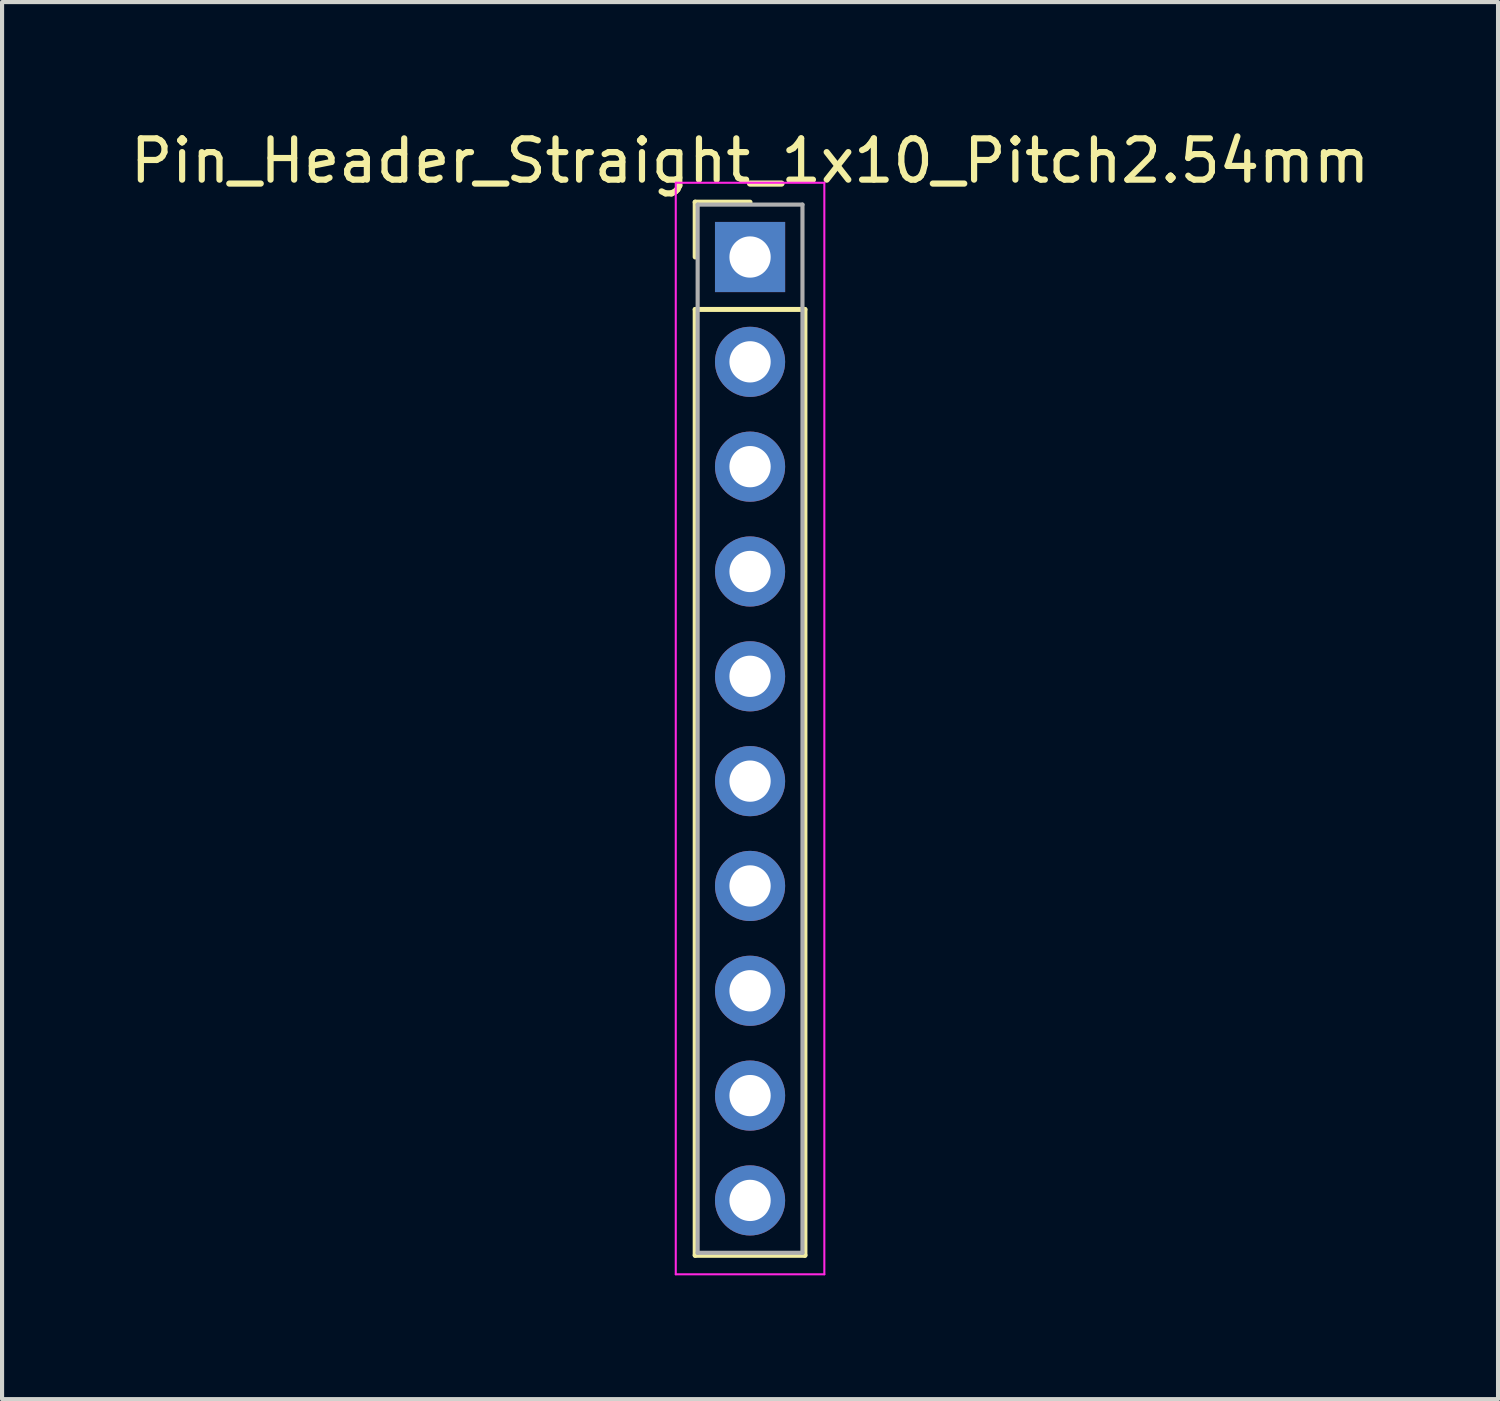
<source format=kicad_pcb>
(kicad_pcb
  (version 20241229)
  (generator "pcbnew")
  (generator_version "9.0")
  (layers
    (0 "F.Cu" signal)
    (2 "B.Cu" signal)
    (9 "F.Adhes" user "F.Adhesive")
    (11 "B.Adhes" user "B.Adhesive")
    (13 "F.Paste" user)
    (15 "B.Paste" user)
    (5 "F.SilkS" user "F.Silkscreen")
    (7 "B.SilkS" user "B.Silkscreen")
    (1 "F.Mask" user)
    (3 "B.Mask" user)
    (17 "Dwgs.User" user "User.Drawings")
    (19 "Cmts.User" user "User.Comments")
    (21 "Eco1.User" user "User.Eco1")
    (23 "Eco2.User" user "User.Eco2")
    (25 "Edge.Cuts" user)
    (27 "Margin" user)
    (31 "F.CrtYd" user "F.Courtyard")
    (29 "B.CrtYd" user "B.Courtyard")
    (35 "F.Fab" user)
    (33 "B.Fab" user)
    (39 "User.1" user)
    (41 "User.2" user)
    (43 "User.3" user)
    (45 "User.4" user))
  (footprint "Pin_Header_Straight_1x10_Pitch2.54mm"
    (layer "F.Cu")
    (at 15.125 3.178)
    (property "Reference" "Pin_Header_Straight_1x10_Pitch2.54mm" (at 0 -2.33 0) (layer "F.SilkS") (effects (font (size 1 1) (thickness 0.15))))
    (attr through_hole)
    (fp_line (start -1.33 -1.33) (end 0 -1.33) (stroke (width 0.12) (type solid)) (layer "F.SilkS"))
    (fp_line (start -1.33 0) (end -1.33 -1.33) (stroke (width 0.12) (type solid)) (layer "F.SilkS"))
    (fp_line (start -1.33 1.27) (end -1.33 24.19) (stroke (width 0.12) (type solid)) (layer "F.SilkS"))
    (fp_line (start -1.33 24.19) (end 1.33 24.19) (stroke (width 0.12) (type solid)) (layer "F.SilkS"))
    (fp_line (start 1.33 1.27) (end -1.33 1.27) (stroke (width 0.12) (type solid)) (layer "F.SilkS"))
    (fp_line (start 1.33 24.19) (end 1.33 1.27) (stroke (width 0.12) (type solid)) (layer "F.SilkS"))
    (fp_line (start -1.8 -1.8) (end -1.8 24.65) (stroke (width 0.05) (type solid)) (layer "F.CrtYd"))
    (fp_line (start -1.8 24.65) (end 1.8 24.65) (stroke (width 0.05) (type solid)) (layer "F.CrtYd"))
    (fp_line (start 1.8 -1.8) (end -1.8 -1.8) (stroke (width 0.05) (type solid)) (layer "F.CrtYd"))
    (fp_line (start 1.8 24.65) (end 1.8 -1.8) (stroke (width 0.05) (type solid)) (layer "F.CrtYd"))
    (fp_line (start -1.27 -1.27) (end -1.27 24.13) (stroke (width 0.1) (type solid)) (layer "F.Fab"))
    (fp_line (start -1.27 24.13) (end 1.27 24.13) (stroke (width 0.1) (type solid)) (layer "F.Fab"))
    (fp_line (start 1.27 -1.27) (end -1.27 -1.27) (stroke (width 0.1) (type solid)) (layer "F.Fab"))
    (fp_line (start 1.27 24.13) (end 1.27 -1.27) (stroke (width 0.1) (type solid)) (layer "F.Fab"))
    (pad "1" thru_hole rect (at 0 0) (size 1.7 1.7) (drill 1) (layers "*.Cu" "*.Mask"))
    (pad "2" thru_hole oval (at 0 2.54) (size 1.7 1.7) (drill 1) (layers "*.Cu" "*.Mask"))
    (pad "3" thru_hole oval (at 0 5.08) (size 1.7 1.7) (drill 1) (layers "*.Cu" "*.Mask"))
    (pad "4" thru_hole oval (at 0 7.62) (size 1.7 1.7) (drill 1) (layers "*.Cu" "*.Mask"))
    (pad "5" thru_hole oval (at 0 10.16) (size 1.7 1.7) (drill 1) (layers "*.Cu" "*.Mask"))
    (pad "6" thru_hole oval (at 0 12.7) (size 1.7 1.7) (drill 1) (layers "*.Cu" "*.Mask"))
    (pad "7" thru_hole oval (at 0 15.24) (size 1.7 1.7) (drill 1) (layers "*.Cu" "*.Mask"))
    (pad "8" thru_hole oval (at 0 17.78) (size 1.7 1.7) (drill 1) (layers "*.Cu" "*.Mask"))
    (pad "9" thru_hole oval (at 0 20.32) (size 1.7 1.7) (drill 1) (layers "*.Cu" "*.Mask"))
    (pad "10" thru_hole oval (at 0 22.86) (size 1.7 1.7) (drill 1) (layers "*.Cu" "*.Mask")))
  (gr_rect
    (start -3 -3)
    (end 33.25 30.853)
    (stroke (width 0.1) (type default))
    (fill no)
    (layer "Edge.Cuts")))
</source>
